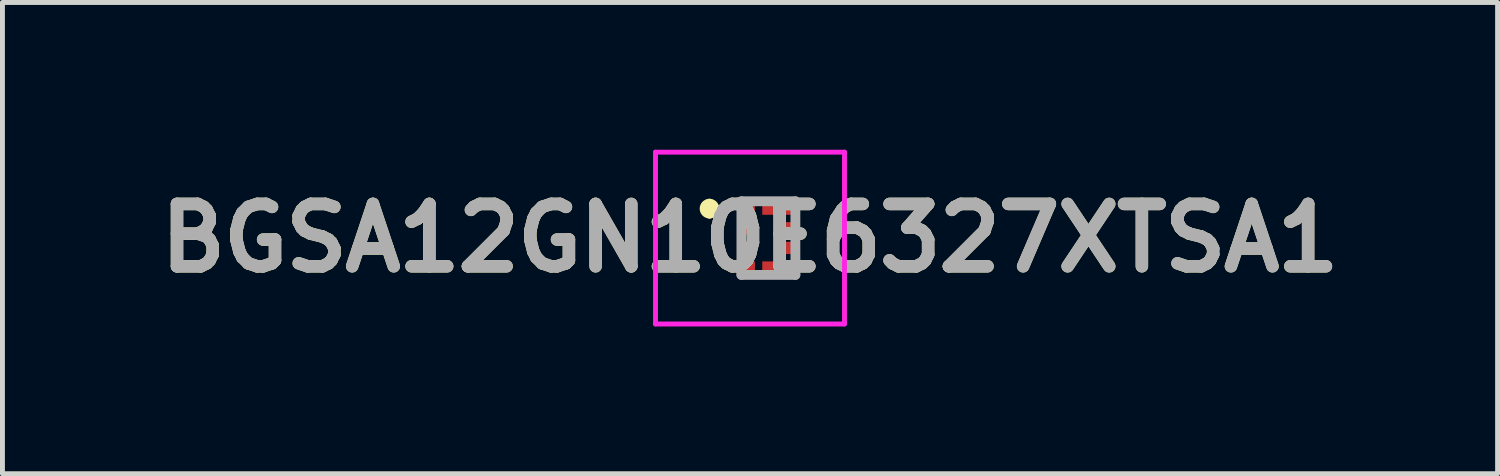
<source format=kicad_pcb>
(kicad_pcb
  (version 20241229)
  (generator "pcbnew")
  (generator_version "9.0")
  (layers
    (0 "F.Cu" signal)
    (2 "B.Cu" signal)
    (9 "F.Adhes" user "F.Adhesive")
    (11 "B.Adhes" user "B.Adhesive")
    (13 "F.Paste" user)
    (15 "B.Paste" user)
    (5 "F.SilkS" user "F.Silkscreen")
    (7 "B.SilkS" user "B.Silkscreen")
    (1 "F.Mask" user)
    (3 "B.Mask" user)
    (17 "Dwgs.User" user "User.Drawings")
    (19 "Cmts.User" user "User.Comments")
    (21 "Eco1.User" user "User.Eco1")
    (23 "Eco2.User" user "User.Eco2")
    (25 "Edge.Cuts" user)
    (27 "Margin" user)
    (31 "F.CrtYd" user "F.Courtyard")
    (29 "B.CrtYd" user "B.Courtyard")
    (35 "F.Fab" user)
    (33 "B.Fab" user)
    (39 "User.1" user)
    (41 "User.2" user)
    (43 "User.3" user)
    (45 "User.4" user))
  (footprint "BGSA12GN10E6327XTSA1"
    (layer "F.Cu")
    (at 12.228 1.8)
    (property "Reference" "BGSA12GN10E6327XTSA1" (at 0 0 0) (layer "F.SilkS") (effects (font (size 1.27 1.27) (thickness 0.254))))
    (attr smd)
    (fp_line (start -0.825 -0.7) (end -0.825 -0.7) (stroke (width 0.2) (type solid)) (layer "F.SilkS"))
    (fp_line (start -0.825 -0.5) (end -0.825 -0.5) (stroke (width 0.2) (type solid)) (layer "F.SilkS"))
    (fp_arc (start -0.825 -0.7) (mid -0.725 -0.6) (end -0.825 -0.5) (stroke (width 0.2) (type solid)) (layer "F.SilkS"))
    (fp_arc (start -0.825 -0.5) (mid -0.925 -0.6) (end -0.825 -0.7) (stroke (width 0.2) (type solid)) (layer "F.SilkS"))
    (fp_line (start -1.925 -1.75) (end 1.925 -1.75) (stroke (width 0.1) (type solid)) (layer "F.CrtYd"))
    (fp_line (start -1.925 1.75) (end -1.925 -1.75) (stroke (width 0.1) (type solid)) (layer "F.CrtYd"))
    (fp_line (start 1.925 -1.75) (end 1.925 1.75) (stroke (width 0.1) (type solid)) (layer "F.CrtYd"))
    (fp_line (start 1.925 1.75) (end -1.925 1.75) (stroke (width 0.1) (type solid)) (layer "F.CrtYd"))
    (fp_line (start -0.175 -0.75) (end 0.925 -0.75) (stroke (width 0.2) (type solid)) (layer "F.Fab"))
    (fp_line (start -0.175 0.75) (end -0.175 -0.75) (stroke (width 0.2) (type solid)) (layer "F.Fab"))
    (fp_line (start 0.925 -0.75) (end 0.925 0.75) (stroke (width 0.2) (type solid)) (layer "F.Fab"))
    (fp_line (start 0.925 0.75) (end -0.175 0.75) (stroke (width 0.2) (type solid)) (layer "F.Fab"))
    (fp_text user "${REFERENCE}" (at 0 0 0) (layer "F.Fab") (effects (font (size 1.27 1.27) (thickness 0.254))))
    (pad "1" smd rect (at -0.025 -0.6 90) (size 0.25 0.25) (layers "F.Cu" "F.Mask" "F.Paste"))
    (pad "2" smd rect (at -0.025 -0.2 90) (size 0.25 0.25) (layers "F.Cu" "F.Mask" "F.Paste"))
    (pad "3" smd rect (at -0.025 0.2 90) (size 0.25 0.25) (layers "F.Cu" "F.Mask" "F.Paste"))
    (pad "4" smd rect (at -0.025 0.6 90) (size 0.25 0.25) (layers "F.Cu" "F.Mask" "F.Paste"))
    (pad "5" smd rect (at 0.375 0.6 90) (size 0.25 0.25) (layers "F.Cu" "F.Mask" "F.Paste"))
    (pad "6" smd rect (at 0.775 0.6 90) (size 0.25 0.25) (layers "F.Cu" "F.Mask" "F.Paste"))
    (pad "7" smd rect (at 0.775 0.2 90) (size 0.25 0.25) (layers "F.Cu" "F.Mask" "F.Paste"))
    (pad "8" smd rect (at 0.775 -0.2 90) (size 0.25 0.25) (layers "F.Cu" "F.Mask" "F.Paste"))
    (pad "9" smd rect (at 0.775 -0.6 90) (size 0.25 0.25) (layers "F.Cu" "F.Mask" "F.Paste"))
    (pad "10" smd rect (at 0.375 -0.6 90) (size 0.25 0.25) (layers "F.Cu" "F.Mask" "F.Paste")))
  (gr_rect
    (start -3 -3)
    (end 27.457 6.6)
    (stroke (width 0.1) (type default))
    (fill no)
    (layer "Edge.Cuts")))
</source>
